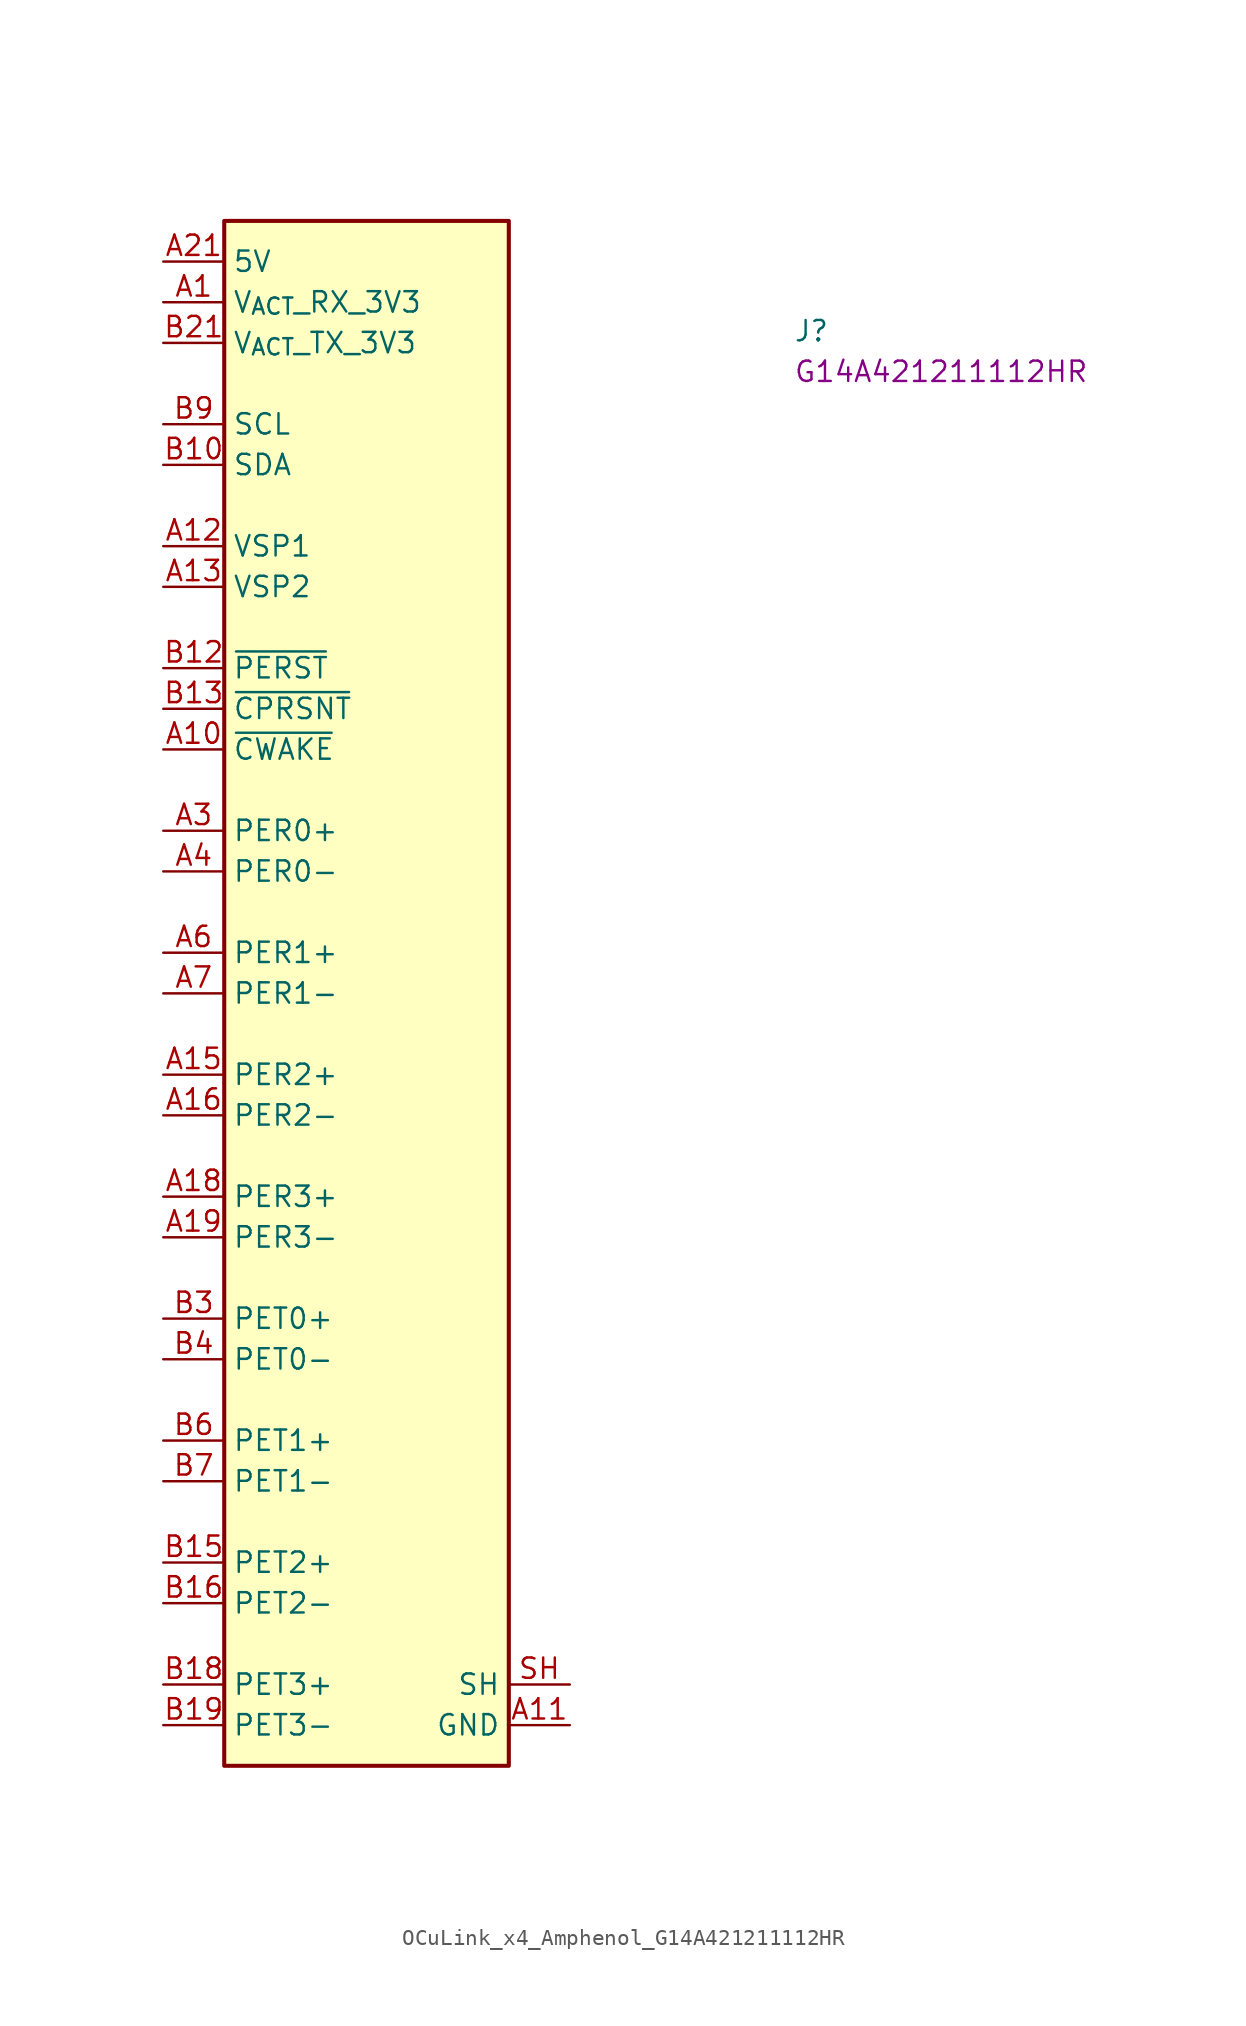
<source format=kicad_sym>
(kicad_symbol_lib
  (version 20220914)
  (generator kicad_symbol_editor)
  (symbol "OCuLink_x4_Amphenol_G14A421211112HR"
    (property "Reference" "J"
      (at 39.37 -5.08 0)
      (effects (font (size 1.27 1.27) (thickness 0.15)) (justify left bottom)))
    (property "MPN" "G14A421211112HR"
      (at 39.37 -7.62 0)
      (effects (font (size 1.27 1.27) (thickness 0.15)) (justify left bottom)))
    (symbol "OCuLink_x4_Amphenol_G14A421211112HR_1_1"
      (rectangle (start 3.81 2.54) (end 21.59 -93.98) (stroke (width 0.254) (type default)) (fill (type background)))
      (pin power_in line (at 0 -2.54 0) (length 3.81) (name "V_{ACT}_RX_3V3" (effects (font (size 1.27 1.27)))) (number "A1" (effects (font (size 1.27 1.27)))))
      (pin bidirectional line (at 0 -30.48 0) (length 3.81) (name "~{CWAKE}" (effects (font (size 1.27 1.27)))) (number "A10" (effects (font (size 1.27 1.27)))))
      (pin passive line (at 25.4 -91.44 180) (length 3.81) (name "GND" (effects (font (size 1.27 1.27)))) (number "A11" (effects (font (size 1.27 1.27)))))
      (pin bidirectional line (at 0 -17.78 0) (length 3.81) (name "VSP1" (effects (font (size 1.27 1.27)))) (number "A12" (effects (font (size 1.27 1.27)))))
      (pin bidirectional line (at 0 -20.32 0) (length 3.81) (name "VSP2" (effects (font (size 1.27 1.27)))) (number "A13" (effects (font (size 1.27 1.27)))))
      (pin passive line (at 25.4 -91.44 180) (length 3.81) hide (name "GND" (effects (font (size 1.27 1.27)))) (number "A14" (effects (font (size 1.27 1.27)))))
      (pin output line (at 0 -50.8 0) (length 3.81) (name "PER2+" (effects (font (size 1.27 1.27)))) (number "A15" (effects (font (size 1.27 1.27)))))
      (pin output line (at 0 -53.34 0) (length 3.81) (name "PER2-" (effects (font (size 1.27 1.27)))) (number "A16" (effects (font (size 1.27 1.27)))))
      (pin passive line (at 25.4 -91.44 180) (length 3.81) hide (name "GND" (effects (font (size 1.27 1.27)))) (number "A17" (effects (font (size 1.27 1.27)))))
      (pin output line (at 0 -58.42 0) (length 3.81) (name "PER3+" (effects (font (size 1.27 1.27)))) (number "A18" (effects (font (size 1.27 1.27)))))
      (pin output line (at 0 -60.96 0) (length 3.81) (name "PER3-" (effects (font (size 1.27 1.27)))) (number "A19" (effects (font (size 1.27 1.27)))))
      (pin passive line (at 25.4 -91.44 180) (length 3.81) hide (name "GND" (effects (font (size 1.27 1.27)))) (number "A2" (effects (font (size 1.27 1.27)))))
      (pin passive line (at 25.4 -91.44 180) (length 3.81) hide (name "GND" (effects (font (size 1.27 1.27)))) (number "A20" (effects (font (size 1.27 1.27)))))
      (pin passive line (at 0 0 0) (length 3.81) (name "5V" (effects (font (size 1.27 1.27)))) (number "A21" (effects (font (size 1.27 1.27)))))
      (pin output line (at 0 -35.56 0) (length 3.81) (name "PER0+" (effects (font (size 1.27 1.27)))) (number "A3" (effects (font (size 1.27 1.27)))))
      (pin output line (at 0 -38.1 0) (length 3.81) (name "PER0-" (effects (font (size 1.27 1.27)))) (number "A4" (effects (font (size 1.27 1.27)))))
      (pin passive line (at 25.4 -91.44 180) (length 3.81) hide (name "GND" (effects (font (size 1.27 1.27)))) (number "A5" (effects (font (size 1.27 1.27)))))
      (pin output line (at 0 -43.18 0) (length 3.81) (name "PER1+" (effects (font (size 1.27 1.27)))) (number "A6" (effects (font (size 1.27 1.27)))))
      (pin output line (at 0 -45.72 0) (length 3.81) (name "PER1-" (effects (font (size 1.27 1.27)))) (number "A7" (effects (font (size 1.27 1.27)))))
      (pin passive line (at 25.4 -91.44 180) (length 3.81) hide (name "GND" (effects (font (size 1.27 1.27)))) (number "A8" (effects (font (size 1.27 1.27)))))
      (pin no_connect line (at 21.59 -76.2 180) (length 3.81) hide (name "NC" (effects (font (size 1.27 1.27)))) (number "A9" (effects (font (size 1.27 1.27)))))
      (pin passive line (at 0 0 0) (length 3.81) hide (name "5V" (effects (font (size 1.27 1.27)))) (number "B1" (effects (font (size 1.27 1.27)))))
      (pin bidirectional line (at 0 -12.7 0) (length 3.81) (name "SDA" (effects (font (size 1.27 1.27)))) (number "B10" (effects (font (size 1.27 1.27)))))
      (pin passive line (at 25.4 -91.44 180) (length 3.81) hide (name "GND" (effects (font (size 1.27 1.27)))) (number "B11" (effects (font (size 1.27 1.27)))))
      (pin bidirectional line (at 0 -25.4 0) (length 3.81) (name "~{PERST}" (effects (font (size 1.27 1.27)))) (number "B12" (effects (font (size 1.27 1.27)))))
      (pin bidirectional line (at 0 -27.94 0) (length 3.81) (name "~{CPRSNT}" (effects (font (size 1.27 1.27)))) (number "B13" (effects (font (size 1.27 1.27)))))
      (pin passive line (at 25.4 -91.44 180) (length 3.81) hide (name "GND" (effects (font (size 1.27 1.27)))) (number "B14" (effects (font (size 1.27 1.27)))))
      (pin input line (at 0 -81.28 0) (length 3.81) (name "PET2+" (effects (font (size 1.27 1.27)))) (number "B15" (effects (font (size 1.27 1.27)))))
      (pin input line (at 0 -83.82 0) (length 3.81) (name "PET2-" (effects (font (size 1.27 1.27)))) (number "B16" (effects (font (size 1.27 1.27)))))
      (pin passive line (at 25.4 -91.44 180) (length 3.81) hide (name "GND" (effects (font (size 1.27 1.27)))) (number "B17" (effects (font (size 1.27 1.27)))))
      (pin input line (at 0 -88.9 0) (length 3.81) (name "PET3+" (effects (font (size 1.27 1.27)))) (number "B18" (effects (font (size 1.27 1.27)))))
      (pin input line (at 0 -91.44 0) (length 3.81) (name "PET3-" (effects (font (size 1.27 1.27)))) (number "B19" (effects (font (size 1.27 1.27)))))
      (pin passive line (at 25.4 -91.44 180) (length 3.81) hide (name "GND" (effects (font (size 1.27 1.27)))) (number "B2" (effects (font (size 1.27 1.27)))))
      (pin passive line (at 25.4 -91.44 180) (length 3.81) hide (name "GND" (effects (font (size 1.27 1.27)))) (number "B20" (effects (font (size 1.27 1.27)))))
      (pin power_in line (at 0 -5.08 0) (length 3.81) (name "V_{ACT}_TX_3V3" (effects (font (size 1.27 1.27)))) (number "B21" (effects (font (size 1.27 1.27)))))
      (pin input line (at 0 -66.04 0) (length 3.81) (name "PET0+" (effects (font (size 1.27 1.27)))) (number "B3" (effects (font (size 1.27 1.27)))))
      (pin input line (at 0 -68.58 0) (length 3.81) (name "PET0-" (effects (font (size 1.27 1.27)))) (number "B4" (effects (font (size 1.27 1.27)))))
      (pin passive line (at 25.4 -91.44 180) (length 3.81) hide (name "GND" (effects (font (size 1.27 1.27)))) (number "B5" (effects (font (size 1.27 1.27)))))
      (pin input line (at 0 -73.66 0) (length 3.81) (name "PET1+" (effects (font (size 1.27 1.27)))) (number "B6" (effects (font (size 1.27 1.27)))))
      (pin input line (at 0 -76.2 0) (length 3.81) (name "PET1-" (effects (font (size 1.27 1.27)))) (number "B7" (effects (font (size 1.27 1.27)))))
      (pin passive line (at 25.4 -91.44 180) (length 3.81) hide (name "GND" (effects (font (size 1.27 1.27)))) (number "B8" (effects (font (size 1.27 1.27)))))
      (pin bidirectional line (at 0 -10.16 0) (length 3.81) (name "SCL" (effects (font (size 1.27 1.27)))) (number "B9" (effects (font (size 1.27 1.27)))))
      (pin passive line (at 25.4 -88.9 180) (length 3.81) (name "SH" (effects (font (size 1.27 1.27)))) (number "SH" (effects (font (size 1.27 1.27))))))))
</source>
